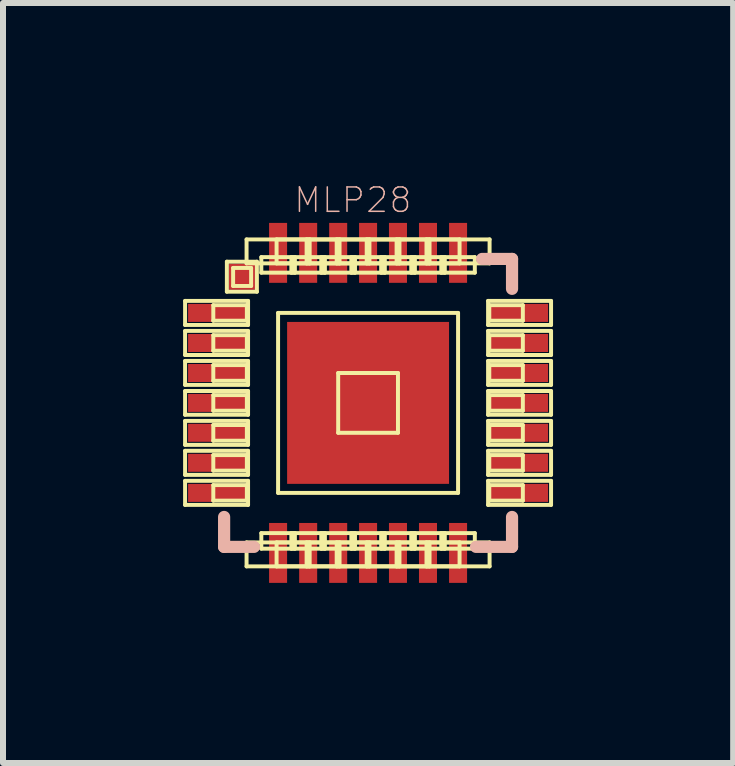
<source format=kicad_pcb>
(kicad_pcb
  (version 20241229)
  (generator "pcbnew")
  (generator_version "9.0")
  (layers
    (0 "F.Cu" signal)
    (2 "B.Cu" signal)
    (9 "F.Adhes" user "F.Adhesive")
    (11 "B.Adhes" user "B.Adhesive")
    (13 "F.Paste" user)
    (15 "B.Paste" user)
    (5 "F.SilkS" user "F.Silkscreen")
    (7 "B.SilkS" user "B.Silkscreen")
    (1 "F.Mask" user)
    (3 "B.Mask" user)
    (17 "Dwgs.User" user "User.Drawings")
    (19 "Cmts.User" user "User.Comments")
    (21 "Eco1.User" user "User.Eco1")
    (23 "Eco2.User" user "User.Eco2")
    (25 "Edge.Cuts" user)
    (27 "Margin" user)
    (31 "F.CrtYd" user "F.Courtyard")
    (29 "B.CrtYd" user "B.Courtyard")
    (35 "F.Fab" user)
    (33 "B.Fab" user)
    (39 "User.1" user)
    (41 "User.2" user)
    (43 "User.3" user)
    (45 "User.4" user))
  (footprint "MLP28"
    (layer "F.Cu")
    (at 3.081 3.661)
    (property "Reference" "MLP28" (at -0.254 -3.378 0) (layer "B.SilkS") (effects (font (size 0.406 0.406) (thickness 0.025))))
    (attr smd)
    (fp_line (start -3.048 -1.699) (end -1.999 -1.699) (stroke (width 0.066) (type solid)) (layer "F.SilkS"))
    (fp_line (start -3.048 -1.298) (end -3.048 -1.699) (stroke (width 0.066) (type solid)) (layer "F.SilkS"))
    (fp_line (start -3.048 -1.298) (end -1.999 -1.298) (stroke (width 0.066) (type solid)) (layer "F.SilkS"))
    (fp_line (start -3.048 -1.199) (end -1.999 -1.199) (stroke (width 0.066) (type solid)) (layer "F.SilkS"))
    (fp_line (start -3.048 -0.798) (end -3.048 -1.199) (stroke (width 0.066) (type solid)) (layer "F.SilkS"))
    (fp_line (start -3.048 -0.798) (end -1.999 -0.798) (stroke (width 0.066) (type solid)) (layer "F.SilkS"))
    (fp_line (start -3.048 -0.699) (end -1.999 -0.699) (stroke (width 0.066) (type solid)) (layer "F.SilkS"))
    (fp_line (start -3.048 -0.3) (end -3.048 -0.699) (stroke (width 0.066) (type solid)) (layer "F.SilkS"))
    (fp_line (start -3.048 -0.3) (end -1.999 -0.3) (stroke (width 0.066) (type solid)) (layer "F.SilkS"))
    (fp_line (start -3.048 -0.198) (end -1.999 -0.198) (stroke (width 0.066) (type solid)) (layer "F.SilkS"))
    (fp_line (start -3.048 0.198) (end -3.048 -0.198) (stroke (width 0.066) (type solid)) (layer "F.SilkS"))
    (fp_line (start -3.048 0.198) (end -1.999 0.198) (stroke (width 0.066) (type solid)) (layer "F.SilkS"))
    (fp_line (start -3.048 0.3) (end -1.999 0.3) (stroke (width 0.066) (type solid)) (layer "F.SilkS"))
    (fp_line (start -3.048 0.699) (end -3.048 0.3) (stroke (width 0.066) (type solid)) (layer "F.SilkS"))
    (fp_line (start -3.048 0.699) (end -1.999 0.699) (stroke (width 0.066) (type solid)) (layer "F.SilkS"))
    (fp_line (start -3.048 0.798) (end -1.999 0.798) (stroke (width 0.066) (type solid)) (layer "F.SilkS"))
    (fp_line (start -3.048 1.199) (end -3.048 0.798) (stroke (width 0.066) (type solid)) (layer "F.SilkS"))
    (fp_line (start -3.048 1.199) (end -1.999 1.199) (stroke (width 0.066) (type solid)) (layer "F.SilkS"))
    (fp_line (start -3.048 1.298) (end -1.999 1.298) (stroke (width 0.066) (type solid)) (layer "F.SilkS"))
    (fp_line (start -3.048 1.699) (end -3.048 1.298) (stroke (width 0.066) (type solid)) (layer "F.SilkS"))
    (fp_line (start -3.048 1.699) (end -1.999 1.699) (stroke (width 0.066) (type solid)) (layer "F.SilkS"))
    (fp_line (start -2.578 -1.628) (end -2.019 -1.628) (stroke (width 0.066) (type solid)) (layer "F.SilkS"))
    (fp_line (start -2.578 -1.369) (end -2.578 -1.628) (stroke (width 0.066) (type solid)) (layer "F.SilkS"))
    (fp_line (start -2.578 -1.369) (end -2.019 -1.369) (stroke (width 0.066) (type solid)) (layer "F.SilkS"))
    (fp_line (start -2.578 -1.128) (end -2.019 -1.128) (stroke (width 0.066) (type solid)) (layer "F.SilkS"))
    (fp_line (start -2.578 -0.869) (end -2.578 -1.128) (stroke (width 0.066) (type solid)) (layer "F.SilkS"))
    (fp_line (start -2.578 -0.869) (end -2.019 -0.869) (stroke (width 0.066) (type solid)) (layer "F.SilkS"))
    (fp_line (start -2.578 -0.63) (end -2.019 -0.63) (stroke (width 0.066) (type solid)) (layer "F.SilkS"))
    (fp_line (start -2.578 -0.368) (end -2.578 -0.63) (stroke (width 0.066) (type solid)) (layer "F.SilkS"))
    (fp_line (start -2.578 -0.368) (end -2.019 -0.368) (stroke (width 0.066) (type solid)) (layer "F.SilkS"))
    (fp_line (start -2.578 -0.13) (end -2.019 -0.13) (stroke (width 0.066) (type solid)) (layer "F.SilkS"))
    (fp_line (start -2.578 0.13) (end -2.578 -0.13) (stroke (width 0.066) (type solid)) (layer "F.SilkS"))
    (fp_line (start -2.578 0.13) (end -2.019 0.13) (stroke (width 0.066) (type solid)) (layer "F.SilkS"))
    (fp_line (start -2.578 0.368) (end -2.019 0.368) (stroke (width 0.066) (type solid)) (layer "F.SilkS"))
    (fp_line (start -2.578 0.63) (end -2.578 0.368) (stroke (width 0.066) (type solid)) (layer "F.SilkS"))
    (fp_line (start -2.578 0.63) (end -2.019 0.63) (stroke (width 0.066) (type solid)) (layer "F.SilkS"))
    (fp_line (start -2.578 0.869) (end -2.019 0.869) (stroke (width 0.066) (type solid)) (layer "F.SilkS"))
    (fp_line (start -2.578 1.128) (end -2.578 0.869) (stroke (width 0.066) (type solid)) (layer "F.SilkS"))
    (fp_line (start -2.578 1.128) (end -2.019 1.128) (stroke (width 0.066) (type solid)) (layer "F.SilkS"))
    (fp_line (start -2.578 1.369) (end -2.019 1.369) (stroke (width 0.066) (type solid)) (layer "F.SilkS"))
    (fp_line (start -2.578 1.628) (end -2.578 1.369) (stroke (width 0.066) (type solid)) (layer "F.SilkS"))
    (fp_line (start -2.578 1.628) (end -2.019 1.628) (stroke (width 0.066) (type solid)) (layer "F.SilkS"))
    (fp_line (start -2.352 -2.352) (end -1.852 -2.352) (stroke (width 0.066) (type solid)) (layer "F.SilkS"))
    (fp_line (start -2.352 -1.852) (end -2.352 -2.352) (stroke (width 0.066) (type solid)) (layer "F.SilkS"))
    (fp_line (start -2.352 -1.852) (end -1.852 -1.852) (stroke (width 0.066) (type solid)) (layer "F.SilkS"))
    (fp_line (start -2.248 -2.248) (end -1.948 -2.248) (stroke (width 0.066) (type solid)) (layer "F.SilkS"))
    (fp_line (start -2.248 -1.948) (end -2.248 -2.248) (stroke (width 0.066) (type solid)) (layer "F.SilkS"))
    (fp_line (start -2.248 -1.948) (end -1.948 -1.948) (stroke (width 0.066) (type solid)) (layer "F.SilkS"))
    (fp_line (start -2.024 -2.723) (end -0.973 -2.723) (stroke (width 0.066) (type solid)) (layer "F.SilkS"))
    (fp_line (start -2.024 -2.324) (end -2.024 -2.723) (stroke (width 0.066) (type solid)) (layer "F.SilkS"))
    (fp_line (start -2.024 -2.324) (end -0.973 -2.324) (stroke (width 0.066) (type solid)) (layer "F.SilkS"))
    (fp_line (start -2.024 2.324) (end -0.973 2.324) (stroke (width 0.066) (type solid)) (layer "F.SilkS"))
    (fp_line (start -2.024 2.723) (end -2.024 2.324) (stroke (width 0.066) (type solid)) (layer "F.SilkS"))
    (fp_line (start -2.024 2.723) (end -0.973 2.723) (stroke (width 0.066) (type solid)) (layer "F.SilkS"))
    (fp_line (start -2.019 -1.369) (end -2.019 -1.628) (stroke (width 0.066) (type solid)) (layer "F.SilkS"))
    (fp_line (start -2.019 -0.869) (end -2.019 -1.128) (stroke (width 0.066) (type solid)) (layer "F.SilkS"))
    (fp_line (start -2.019 -0.368) (end -2.019 -0.63) (stroke (width 0.066) (type solid)) (layer "F.SilkS"))
    (fp_line (start -2.019 0.13) (end -2.019 -0.13) (stroke (width 0.066) (type solid)) (layer "F.SilkS"))
    (fp_line (start -2.019 0.63) (end -2.019 0.368) (stroke (width 0.066) (type solid)) (layer "F.SilkS"))
    (fp_line (start -2.019 1.128) (end -2.019 0.869) (stroke (width 0.066) (type solid)) (layer "F.SilkS"))
    (fp_line (start -2.019 1.628) (end -2.019 1.369) (stroke (width 0.066) (type solid)) (layer "F.SilkS"))
    (fp_line (start -1.999 -1.298) (end -1.999 -1.699) (stroke (width 0.066) (type solid)) (layer "F.SilkS"))
    (fp_line (start -1.999 -0.798) (end -1.999 -1.199) (stroke (width 0.066) (type solid)) (layer "F.SilkS"))
    (fp_line (start -1.999 -0.3) (end -1.999 -0.699) (stroke (width 0.066) (type solid)) (layer "F.SilkS"))
    (fp_line (start -1.999 0.198) (end -1.999 -0.198) (stroke (width 0.066) (type solid)) (layer "F.SilkS"))
    (fp_line (start -1.999 0.699) (end -1.999 0.3) (stroke (width 0.066) (type solid)) (layer "F.SilkS"))
    (fp_line (start -1.999 1.199) (end -1.999 0.798) (stroke (width 0.066) (type solid)) (layer "F.SilkS"))
    (fp_line (start -1.999 1.699) (end -1.999 1.298) (stroke (width 0.066) (type solid)) (layer "F.SilkS"))
    (fp_line (start -1.948 -1.948) (end -1.948 -2.248) (stroke (width 0.066) (type solid)) (layer "F.SilkS"))
    (fp_line (start -1.852 -1.852) (end -1.852 -2.352) (stroke (width 0.066) (type solid)) (layer "F.SilkS"))
    (fp_line (start -1.778 -2.428) (end -1.219 -2.428) (stroke (width 0.066) (type solid)) (layer "F.SilkS"))
    (fp_line (start -1.778 -2.169) (end -1.778 -2.428) (stroke (width 0.066) (type solid)) (layer "F.SilkS"))
    (fp_line (start -1.778 -2.169) (end -1.219 -2.169) (stroke (width 0.066) (type solid)) (layer "F.SilkS"))
    (fp_line (start -1.778 2.169) (end -1.219 2.169) (stroke (width 0.066) (type solid)) (layer "F.SilkS"))
    (fp_line (start -1.778 2.428) (end -1.778 2.169) (stroke (width 0.066) (type solid)) (layer "F.SilkS"))
    (fp_line (start -1.778 2.428) (end -1.219 2.428) (stroke (width 0.066) (type solid)) (layer "F.SilkS"))
    (fp_line (start -1.524 -2.723) (end -0.475 -2.723) (stroke (width 0.066) (type solid)) (layer "F.SilkS"))
    (fp_line (start -1.524 -2.324) (end -1.524 -2.723) (stroke (width 0.066) (type solid)) (layer "F.SilkS"))
    (fp_line (start -1.524 -2.324) (end -0.475 -2.324) (stroke (width 0.066) (type solid)) (layer "F.SilkS"))
    (fp_line (start -1.524 2.324) (end -0.475 2.324) (stroke (width 0.066) (type solid)) (layer "F.SilkS"))
    (fp_line (start -1.524 2.723) (end -1.524 2.324) (stroke (width 0.066) (type solid)) (layer "F.SilkS"))
    (fp_line (start -1.524 2.723) (end -0.475 2.723) (stroke (width 0.066) (type solid)) (layer "F.SilkS"))
    (fp_line (start -1.499 -1.499) (end 1.499 -1.499) (stroke (width 0.066) (type solid)) (layer "F.SilkS"))
    (fp_line (start -1.499 1.499) (end -1.499 -1.499) (stroke (width 0.066) (type solid)) (layer "F.SilkS"))
    (fp_line (start -1.499 1.499) (end 1.499 1.499) (stroke (width 0.066) (type solid)) (layer "F.SilkS"))
    (fp_line (start -1.278 -2.428) (end -0.719 -2.428) (stroke (width 0.066) (type solid)) (layer "F.SilkS"))
    (fp_line (start -1.278 -2.169) (end -1.278 -2.428) (stroke (width 0.066) (type solid)) (layer "F.SilkS"))
    (fp_line (start -1.278 -2.169) (end -0.719 -2.169) (stroke (width 0.066) (type solid)) (layer "F.SilkS"))
    (fp_line (start -1.278 2.169) (end -0.719 2.169) (stroke (width 0.066) (type solid)) (layer "F.SilkS"))
    (fp_line (start -1.278 2.428) (end -1.278 2.169) (stroke (width 0.066) (type solid)) (layer "F.SilkS"))
    (fp_line (start -1.278 2.428) (end -0.719 2.428) (stroke (width 0.066) (type solid)) (layer "F.SilkS"))
    (fp_line (start -1.219 -2.169) (end -1.219 -2.428) (stroke (width 0.066) (type solid)) (layer "F.SilkS"))
    (fp_line (start -1.219 2.428) (end -1.219 2.169) (stroke (width 0.066) (type solid)) (layer "F.SilkS"))
    (fp_line (start -1.024 -2.723) (end 0.023 -2.723) (stroke (width 0.066) (type solid)) (layer "F.SilkS"))
    (fp_line (start -1.024 -2.324) (end -1.024 -2.723) (stroke (width 0.066) (type solid)) (layer "F.SilkS"))
    (fp_line (start -1.024 -2.324) (end 0.023 -2.324) (stroke (width 0.066) (type solid)) (layer "F.SilkS"))
    (fp_line (start -1.024 2.324) (end 0.023 2.324) (stroke (width 0.066) (type solid)) (layer "F.SilkS"))
    (fp_line (start -1.024 2.723) (end -1.024 2.324) (stroke (width 0.066) (type solid)) (layer "F.SilkS"))
    (fp_line (start -1.024 2.723) (end 0.023 2.723) (stroke (width 0.066) (type solid)) (layer "F.SilkS"))
    (fp_line (start -0.973 -2.324) (end -0.973 -2.723) (stroke (width 0.066) (type solid)) (layer "F.SilkS"))
    (fp_line (start -0.973 2.723) (end -0.973 2.324) (stroke (width 0.066) (type solid)) (layer "F.SilkS"))
    (fp_line (start -0.78 -2.428) (end -0.218 -2.428) (stroke (width 0.066) (type solid)) (layer "F.SilkS"))
    (fp_line (start -0.78 -2.169) (end -0.78 -2.428) (stroke (width 0.066) (type solid)) (layer "F.SilkS"))
    (fp_line (start -0.78 -2.169) (end -0.218 -2.169) (stroke (width 0.066) (type solid)) (layer "F.SilkS"))
    (fp_line (start -0.78 2.169) (end -0.218 2.169) (stroke (width 0.066) (type solid)) (layer "F.SilkS"))
    (fp_line (start -0.78 2.428) (end -0.78 2.169) (stroke (width 0.066) (type solid)) (layer "F.SilkS"))
    (fp_line (start -0.78 2.428) (end -0.218 2.428) (stroke (width 0.066) (type solid)) (layer "F.SilkS"))
    (fp_line (start -0.719 -2.169) (end -0.719 -2.428) (stroke (width 0.066) (type solid)) (layer "F.SilkS"))
    (fp_line (start -0.719 2.428) (end -0.719 2.169) (stroke (width 0.066) (type solid)) (layer "F.SilkS"))
    (fp_line (start -0.523 -2.723) (end 0.523 -2.723) (stroke (width 0.066) (type solid)) (layer "F.SilkS"))
    (fp_line (start -0.523 -2.324) (end -0.523 -2.723) (stroke (width 0.066) (type solid)) (layer "F.SilkS"))
    (fp_line (start -0.523 -2.324) (end 0.523 -2.324) (stroke (width 0.066) (type solid)) (layer "F.SilkS"))
    (fp_line (start -0.523 2.324) (end 0.523 2.324) (stroke (width 0.066) (type solid)) (layer "F.SilkS"))
    (fp_line (start -0.523 2.723) (end -0.523 2.324) (stroke (width 0.066) (type solid)) (layer "F.SilkS"))
    (fp_line (start -0.523 2.723) (end 0.523 2.723) (stroke (width 0.066) (type solid)) (layer "F.SilkS"))
    (fp_line (start -0.498 -0.498) (end 0.498 -0.498) (stroke (width 0.066) (type solid)) (layer "F.SilkS"))
    (fp_line (start -0.498 0.498) (end -0.498 -0.498) (stroke (width 0.066) (type solid)) (layer "F.SilkS"))
    (fp_line (start -0.498 0.498) (end 0.498 0.498) (stroke (width 0.066) (type solid)) (layer "F.SilkS"))
    (fp_line (start -0.475 -2.324) (end -0.475 -2.723) (stroke (width 0.066) (type solid)) (layer "F.SilkS"))
    (fp_line (start -0.475 2.723) (end -0.475 2.324) (stroke (width 0.066) (type solid)) (layer "F.SilkS"))
    (fp_line (start -0.279 -2.428) (end 0.279 -2.428) (stroke (width 0.066) (type solid)) (layer "F.SilkS"))
    (fp_line (start -0.279 -2.169) (end -0.279 -2.428) (stroke (width 0.066) (type solid)) (layer "F.SilkS"))
    (fp_line (start -0.279 -2.169) (end 0.279 -2.169) (stroke (width 0.066) (type solid)) (layer "F.SilkS"))
    (fp_line (start -0.279 2.169) (end 0.279 2.169) (stroke (width 0.066) (type solid)) (layer "F.SilkS"))
    (fp_line (start -0.279 2.428) (end -0.279 2.169) (stroke (width 0.066) (type solid)) (layer "F.SilkS"))
    (fp_line (start -0.279 2.428) (end 0.279 2.428) (stroke (width 0.066) (type solid)) (layer "F.SilkS"))
    (fp_line (start -0.218 -2.169) (end -0.218 -2.428) (stroke (width 0.066) (type solid)) (layer "F.SilkS"))
    (fp_line (start -0.218 2.428) (end -0.218 2.169) (stroke (width 0.066) (type solid)) (layer "F.SilkS"))
    (fp_line (start -0.023 -2.723) (end 1.024 -2.723) (stroke (width 0.066) (type solid)) (layer "F.SilkS"))
    (fp_line (start -0.023 -2.324) (end -0.023 -2.723) (stroke (width 0.066) (type solid)) (layer "F.SilkS"))
    (fp_line (start -0.023 -2.324) (end 1.024 -2.324) (stroke (width 0.066) (type solid)) (layer "F.SilkS"))
    (fp_line (start -0.023 2.324) (end 1.024 2.324) (stroke (width 0.066) (type solid)) (layer "F.SilkS"))
    (fp_line (start -0.023 2.723) (end -0.023 2.324) (stroke (width 0.066) (type solid)) (layer "F.SilkS"))
    (fp_line (start -0.023 2.723) (end 1.024 2.723) (stroke (width 0.066) (type solid)) (layer "F.SilkS"))
    (fp_line (start 0.023 -2.324) (end 0.023 -2.723) (stroke (width 0.066) (type solid)) (layer "F.SilkS"))
    (fp_line (start 0.023 2.723) (end 0.023 2.324) (stroke (width 0.066) (type solid)) (layer "F.SilkS"))
    (fp_line (start 0.218 -2.428) (end 0.78 -2.428) (stroke (width 0.066) (type solid)) (layer "F.SilkS"))
    (fp_line (start 0.218 -2.169) (end 0.218 -2.428) (stroke (width 0.066) (type solid)) (layer "F.SilkS"))
    (fp_line (start 0.218 -2.169) (end 0.78 -2.169) (stroke (width 0.066) (type solid)) (layer "F.SilkS"))
    (fp_line (start 0.218 2.169) (end 0.78 2.169) (stroke (width 0.066) (type solid)) (layer "F.SilkS"))
    (fp_line (start 0.218 2.428) (end 0.218 2.169) (stroke (width 0.066) (type solid)) (layer "F.SilkS"))
    (fp_line (start 0.218 2.428) (end 0.78 2.428) (stroke (width 0.066) (type solid)) (layer "F.SilkS"))
    (fp_line (start 0.279 -2.169) (end 0.279 -2.428) (stroke (width 0.066) (type solid)) (layer "F.SilkS"))
    (fp_line (start 0.279 2.428) (end 0.279 2.169) (stroke (width 0.066) (type solid)) (layer "F.SilkS"))
    (fp_line (start 0.475 -2.723) (end 1.524 -2.723) (stroke (width 0.066) (type solid)) (layer "F.SilkS"))
    (fp_line (start 0.475 -2.324) (end 0.475 -2.723) (stroke (width 0.066) (type solid)) (layer "F.SilkS"))
    (fp_line (start 0.475 -2.324) (end 1.524 -2.324) (stroke (width 0.066) (type solid)) (layer "F.SilkS"))
    (fp_line (start 0.475 2.324) (end 1.524 2.324) (stroke (width 0.066) (type solid)) (layer "F.SilkS"))
    (fp_line (start 0.475 2.723) (end 0.475 2.324) (stroke (width 0.066) (type solid)) (layer "F.SilkS"))
    (fp_line (start 0.475 2.723) (end 1.524 2.723) (stroke (width 0.066) (type solid)) (layer "F.SilkS"))
    (fp_line (start 0.498 0.498) (end 0.498 -0.498) (stroke (width 0.066) (type solid)) (layer "F.SilkS"))
    (fp_line (start 0.523 -2.324) (end 0.523 -2.723) (stroke (width 0.066) (type solid)) (layer "F.SilkS"))
    (fp_line (start 0.523 2.723) (end 0.523 2.324) (stroke (width 0.066) (type solid)) (layer "F.SilkS"))
    (fp_line (start 0.719 -2.428) (end 1.278 -2.428) (stroke (width 0.066) (type solid)) (layer "F.SilkS"))
    (fp_line (start 0.719 -2.169) (end 0.719 -2.428) (stroke (width 0.066) (type solid)) (layer "F.SilkS"))
    (fp_line (start 0.719 -2.169) (end 1.278 -2.169) (stroke (width 0.066) (type solid)) (layer "F.SilkS"))
    (fp_line (start 0.719 2.169) (end 1.278 2.169) (stroke (width 0.066) (type solid)) (layer "F.SilkS"))
    (fp_line (start 0.719 2.428) (end 0.719 2.169) (stroke (width 0.066) (type solid)) (layer "F.SilkS"))
    (fp_line (start 0.719 2.428) (end 1.278 2.428) (stroke (width 0.066) (type solid)) (layer "F.SilkS"))
    (fp_line (start 0.78 -2.169) (end 0.78 -2.428) (stroke (width 0.066) (type solid)) (layer "F.SilkS"))
    (fp_line (start 0.78 2.428) (end 0.78 2.169) (stroke (width 0.066) (type solid)) (layer "F.SilkS"))
    (fp_line (start 0.973 -2.723) (end 2.024 -2.723) (stroke (width 0.066) (type solid)) (layer "F.SilkS"))
    (fp_line (start 0.973 -2.324) (end 0.973 -2.723) (stroke (width 0.066) (type solid)) (layer "F.SilkS"))
    (fp_line (start 0.973 -2.324) (end 2.024 -2.324) (stroke (width 0.066) (type solid)) (layer "F.SilkS"))
    (fp_line (start 0.973 2.324) (end 2.024 2.324) (stroke (width 0.066) (type solid)) (layer "F.SilkS"))
    (fp_line (start 0.973 2.723) (end 0.973 2.324) (stroke (width 0.066) (type solid)) (layer "F.SilkS"))
    (fp_line (start 0.973 2.723) (end 2.024 2.723) (stroke (width 0.066) (type solid)) (layer "F.SilkS"))
    (fp_line (start 1.024 -2.324) (end 1.024 -2.723) (stroke (width 0.066) (type solid)) (layer "F.SilkS"))
    (fp_line (start 1.024 2.723) (end 1.024 2.324) (stroke (width 0.066) (type solid)) (layer "F.SilkS"))
    (fp_line (start 1.219 -2.428) (end 1.778 -2.428) (stroke (width 0.066) (type solid)) (layer "F.SilkS"))
    (fp_line (start 1.219 -2.169) (end 1.219 -2.428) (stroke (width 0.066) (type solid)) (layer "F.SilkS"))
    (fp_line (start 1.219 -2.169) (end 1.778 -2.169) (stroke (width 0.066) (type solid)) (layer "F.SilkS"))
    (fp_line (start 1.219 2.169) (end 1.778 2.169) (stroke (width 0.066) (type solid)) (layer "F.SilkS"))
    (fp_line (start 1.219 2.428) (end 1.219 2.169) (stroke (width 0.066) (type solid)) (layer "F.SilkS"))
    (fp_line (start 1.219 2.428) (end 1.778 2.428) (stroke (width 0.066) (type solid)) (layer "F.SilkS"))
    (fp_line (start 1.278 -2.169) (end 1.278 -2.428) (stroke (width 0.066) (type solid)) (layer "F.SilkS"))
    (fp_line (start 1.278 2.428) (end 1.278 2.169) (stroke (width 0.066) (type solid)) (layer "F.SilkS"))
    (fp_line (start 1.499 1.499) (end 1.499 -1.499) (stroke (width 0.066) (type solid)) (layer "F.SilkS"))
    (fp_line (start 1.524 -2.324) (end 1.524 -2.723) (stroke (width 0.066) (type solid)) (layer "F.SilkS"))
    (fp_line (start 1.524 2.723) (end 1.524 2.324) (stroke (width 0.066) (type solid)) (layer "F.SilkS"))
    (fp_line (start 1.778 -2.169) (end 1.778 -2.428) (stroke (width 0.066) (type solid)) (layer "F.SilkS"))
    (fp_line (start 1.778 2.428) (end 1.778 2.169) (stroke (width 0.066) (type solid)) (layer "F.SilkS"))
    (fp_line (start 1.999 -1.699) (end 3.048 -1.699) (stroke (width 0.066) (type solid)) (layer "F.SilkS"))
    (fp_line (start 1.999 -1.298) (end 1.999 -1.699) (stroke (width 0.066) (type solid)) (layer "F.SilkS"))
    (fp_line (start 1.999 -1.298) (end 3.048 -1.298) (stroke (width 0.066) (type solid)) (layer "F.SilkS"))
    (fp_line (start 1.999 -1.199) (end 3.048 -1.199) (stroke (width 0.066) (type solid)) (layer "F.SilkS"))
    (fp_line (start 1.999 -0.798) (end 1.999 -1.199) (stroke (width 0.066) (type solid)) (layer "F.SilkS"))
    (fp_line (start 1.999 -0.798) (end 3.048 -0.798) (stroke (width 0.066) (type solid)) (layer "F.SilkS"))
    (fp_line (start 1.999 -0.699) (end 3.048 -0.699) (stroke (width 0.066) (type solid)) (layer "F.SilkS"))
    (fp_line (start 1.999 -0.3) (end 1.999 -0.699) (stroke (width 0.066) (type solid)) (layer "F.SilkS"))
    (fp_line (start 1.999 -0.3) (end 3.048 -0.3) (stroke (width 0.066) (type solid)) (layer "F.SilkS"))
    (fp_line (start 1.999 -0.198) (end 3.048 -0.198) (stroke (width 0.066) (type solid)) (layer "F.SilkS"))
    (fp_line (start 1.999 0.198) (end 1.999 -0.198) (stroke (width 0.066) (type solid)) (layer "F.SilkS"))
    (fp_line (start 1.999 0.198) (end 3.048 0.198) (stroke (width 0.066) (type solid)) (layer "F.SilkS"))
    (fp_line (start 1.999 0.3) (end 3.048 0.3) (stroke (width 0.066) (type solid)) (layer "F.SilkS"))
    (fp_line (start 1.999 0.699) (end 1.999 0.3) (stroke (width 0.066) (type solid)) (layer "F.SilkS"))
    (fp_line (start 1.999 0.699) (end 3.048 0.699) (stroke (width 0.066) (type solid)) (layer "F.SilkS"))
    (fp_line (start 1.999 0.798) (end 3.048 0.798) (stroke (width 0.066) (type solid)) (layer "F.SilkS"))
    (fp_line (start 1.999 1.199) (end 1.999 0.798) (stroke (width 0.066) (type solid)) (layer "F.SilkS"))
    (fp_line (start 1.999 1.199) (end 3.048 1.199) (stroke (width 0.066) (type solid)) (layer "F.SilkS"))
    (fp_line (start 1.999 1.298) (end 3.048 1.298) (stroke (width 0.066) (type solid)) (layer "F.SilkS"))
    (fp_line (start 1.999 1.699) (end 1.999 1.298) (stroke (width 0.066) (type solid)) (layer "F.SilkS"))
    (fp_line (start 1.999 1.699) (end 3.048 1.699) (stroke (width 0.066) (type solid)) (layer "F.SilkS"))
    (fp_line (start 2.019 -1.628) (end 2.578 -1.628) (stroke (width 0.066) (type solid)) (layer "F.SilkS"))
    (fp_line (start 2.019 -1.369) (end 2.019 -1.628) (stroke (width 0.066) (type solid)) (layer "F.SilkS"))
    (fp_line (start 2.019 -1.369) (end 2.578 -1.369) (stroke (width 0.066) (type solid)) (layer "F.SilkS"))
    (fp_line (start 2.019 -1.128) (end 2.578 -1.128) (stroke (width 0.066) (type solid)) (layer "F.SilkS"))
    (fp_line (start 2.019 -0.869) (end 2.019 -1.128) (stroke (width 0.066) (type solid)) (layer "F.SilkS"))
    (fp_line (start 2.019 -0.869) (end 2.578 -0.869) (stroke (width 0.066) (type solid)) (layer "F.SilkS"))
    (fp_line (start 2.019 -0.63) (end 2.578 -0.63) (stroke (width 0.066) (type solid)) (layer "F.SilkS"))
    (fp_line (start 2.019 -0.368) (end 2.019 -0.63) (stroke (width 0.066) (type solid)) (layer "F.SilkS"))
    (fp_line (start 2.019 -0.368) (end 2.578 -0.368) (stroke (width 0.066) (type solid)) (layer "F.SilkS"))
    (fp_line (start 2.019 -0.13) (end 2.578 -0.13) (stroke (width 0.066) (type solid)) (layer "F.SilkS"))
    (fp_line (start 2.019 0.13) (end 2.019 -0.13) (stroke (width 0.066) (type solid)) (layer "F.SilkS"))
    (fp_line (start 2.019 0.13) (end 2.578 0.13) (stroke (width 0.066) (type solid)) (layer "F.SilkS"))
    (fp_line (start 2.019 0.368) (end 2.578 0.368) (stroke (width 0.066) (type solid)) (layer "F.SilkS"))
    (fp_line (start 2.019 0.63) (end 2.019 0.368) (stroke (width 0.066) (type solid)) (layer "F.SilkS"))
    (fp_line (start 2.019 0.63) (end 2.578 0.63) (stroke (width 0.066) (type solid)) (layer "F.SilkS"))
    (fp_line (start 2.019 0.869) (end 2.578 0.869) (stroke (width 0.066) (type solid)) (layer "F.SilkS"))
    (fp_line (start 2.019 1.128) (end 2.019 0.869) (stroke (width 0.066) (type solid)) (layer "F.SilkS"))
    (fp_line (start 2.019 1.128) (end 2.578 1.128) (stroke (width 0.066) (type solid)) (layer "F.SilkS"))
    (fp_line (start 2.019 1.369) (end 2.578 1.369) (stroke (width 0.066) (type solid)) (layer "F.SilkS"))
    (fp_line (start 2.019 1.628) (end 2.019 1.369) (stroke (width 0.066) (type solid)) (layer "F.SilkS"))
    (fp_line (start 2.019 1.628) (end 2.578 1.628) (stroke (width 0.066) (type solid)) (layer "F.SilkS"))
    (fp_line (start 2.024 -2.324) (end 2.024 -2.723) (stroke (width 0.066) (type solid)) (layer "F.SilkS"))
    (fp_line (start 2.024 2.723) (end 2.024 2.324) (stroke (width 0.066) (type solid)) (layer "F.SilkS"))
    (fp_line (start 2.578 -1.369) (end 2.578 -1.628) (stroke (width 0.066) (type solid)) (layer "F.SilkS"))
    (fp_line (start 2.578 -0.869) (end 2.578 -1.128) (stroke (width 0.066) (type solid)) (layer "F.SilkS"))
    (fp_line (start 2.578 -0.368) (end 2.578 -0.63) (stroke (width 0.066) (type solid)) (layer "F.SilkS"))
    (fp_line (start 2.578 0.13) (end 2.578 -0.13) (stroke (width 0.066) (type solid)) (layer "F.SilkS"))
    (fp_line (start 2.578 0.63) (end 2.578 0.368) (stroke (width 0.066) (type solid)) (layer "F.SilkS"))
    (fp_line (start 2.578 1.128) (end 2.578 0.869) (stroke (width 0.066) (type solid)) (layer "F.SilkS"))
    (fp_line (start 2.578 1.628) (end 2.578 1.369) (stroke (width 0.066) (type solid)) (layer "F.SilkS"))
    (fp_line (start 3.048 -1.298) (end 3.048 -1.699) (stroke (width 0.066) (type solid)) (layer "F.SilkS"))
    (fp_line (start 3.048 -0.798) (end 3.048 -1.199) (stroke (width 0.066) (type solid)) (layer "F.SilkS"))
    (fp_line (start 3.048 -0.3) (end 3.048 -0.699) (stroke (width 0.066) (type solid)) (layer "F.SilkS"))
    (fp_line (start 3.048 0.198) (end 3.048 -0.198) (stroke (width 0.066) (type solid)) (layer "F.SilkS"))
    (fp_line (start 3.048 0.699) (end 3.048 0.3) (stroke (width 0.066) (type solid)) (layer "F.SilkS"))
    (fp_line (start 3.048 1.199) (end 3.048 0.798) (stroke (width 0.066) (type solid)) (layer "F.SilkS"))
    (fp_line (start 3.048 1.699) (end 3.048 1.298) (stroke (width 0.066) (type solid)) (layer "F.SilkS"))
    (fp_line (start -2.398 2.398) (end -2.398 1.9) (stroke (width 0.203) (type solid)) (layer "B.SilkS"))
    (fp_line (start -1.9 2.398) (end -2.398 2.398) (stroke (width 0.203) (type solid)) (layer "B.SilkS"))
    (fp_line (start 1.798 2.398) (end 2.398 2.398) (stroke (width 0.203) (type solid)) (layer "B.SilkS"))
    (fp_line (start 1.9 -2.398) (end 2.398 -2.398) (stroke (width 0.203) (type solid)) (layer "B.SilkS"))
    (fp_line (start 2.398 -2.398) (end 2.398 -1.9) (stroke (width 0.203) (type solid)) (layer "B.SilkS"))
    (fp_line (start 2.398 2.398) (end 2.398 1.9) (stroke (width 0.203) (type solid)) (layer "B.SilkS"))
    (pad "1" smd rect (at -2.499 -1.499) (size 0.998 0.3) (layers "F.Cu" "F.Mask" "F.Paste"))
    (pad "2" smd rect (at -2.499 -0.998) (size 0.998 0.3) (layers "F.Cu" "F.Mask" "F.Paste"))
    (pad "3" smd rect (at -2.499 -0.498) (size 0.998 0.3) (layers "F.Cu" "F.Mask" "F.Paste"))
    (pad "4" smd rect (at -2.499 0) (size 0.998 0.3) (layers "F.Cu" "F.Mask" "F.Paste"))
    (pad "5" smd rect (at -2.499 0.498) (size 0.998 0.3) (layers "F.Cu" "F.Mask" "F.Paste"))
    (pad "6" smd rect (at -2.499 0.998) (size 0.998 0.3) (layers "F.Cu" "F.Mask" "F.Paste"))
    (pad "7" smd rect (at -2.499 1.499) (size 0.998 0.3) (layers "F.Cu" "F.Mask" "F.Paste"))
    (pad "8" smd rect (at -1.499 2.499 90) (size 0.998 0.3) (layers "F.Cu" "F.Mask" "F.Paste"))
    (pad "9" smd rect (at -0.998 2.499 90) (size 0.998 0.3) (layers "F.Cu" "F.Mask" "F.Paste"))
    (pad "10" smd rect (at -0.498 2.499 90) (size 0.998 0.3) (layers "F.Cu" "F.Mask" "F.Paste"))
    (pad "11" smd rect (at 0 2.499 90) (size 0.998 0.3) (layers "F.Cu" "F.Mask" "F.Paste"))
    (pad "12" smd rect (at 0.498 2.499 90) (size 0.998 0.3) (layers "F.Cu" "F.Mask" "F.Paste"))
    (pad "13" smd rect (at 0.998 2.499 90) (size 0.998 0.3) (layers "F.Cu" "F.Mask" "F.Paste"))
    (pad "14" smd rect (at 1.499 2.499 90) (size 0.998 0.3) (layers "F.Cu" "F.Mask" "F.Paste"))
    (pad "15" smd rect (at 2.499 1.499 180) (size 0.998 0.3) (layers "F.Cu" "F.Mask" "F.Paste"))
    (pad "16" smd rect (at 2.499 0.998 180) (size 0.998 0.3) (layers "F.Cu" "F.Mask" "F.Paste"))
    (pad "17" smd rect (at 2.499 0.498 180) (size 0.998 0.3) (layers "F.Cu" "F.Mask" "F.Paste"))
    (pad "18" smd rect (at 2.499 0 180) (size 0.998 0.3) (layers "F.Cu" "F.Mask" "F.Paste"))
    (pad "19" smd rect (at 2.499 -0.498 180) (size 0.998 0.3) (layers "F.Cu" "F.Mask" "F.Paste"))
    (pad "20" smd rect (at 2.499 -0.998 180) (size 0.998 0.3) (layers "F.Cu" "F.Mask" "F.Paste"))
    (pad "21" smd rect (at 2.499 -1.499 180) (size 0.998 0.3) (layers "F.Cu" "F.Mask" "F.Paste"))
    (pad "22" smd rect (at 1.499 -2.499 270) (size 0.998 0.3) (layers "F.Cu" "F.Mask" "F.Paste"))
    (pad "23" smd rect (at 0.998 -2.499 270) (size 0.998 0.3) (layers "F.Cu" "F.Mask" "F.Paste"))
    (pad "24" smd rect (at 0.498 -2.499 270) (size 0.998 0.3) (layers "F.Cu" "F.Mask" "F.Paste"))
    (pad "25" smd rect (at 0 -2.499 270) (size 0.998 0.3) (layers "F.Cu" "F.Mask" "F.Paste"))
    (pad "26" smd rect (at -0.498 -2.499 270) (size 0.998 0.3) (layers "F.Cu" "F.Mask" "F.Paste"))
    (pad "27" smd rect (at -0.998 -2.499 270) (size 0.998 0.3) (layers "F.Cu" "F.Mask" "F.Paste"))
    (pad "28" smd rect (at -1.499 -2.499 270) (size 0.998 0.3) (layers "F.Cu" "F.Mask" "F.Paste"))
    (pad "EXP" smd rect (at 0 0) (size 2.697 2.697) (layers "F.Cu" "F.Mask" "F.Paste"))
    (pad "M" smd rect (at -2.101 -2.101) (size 0.434 0.434) (layers "F.Cu" "F.Mask" "F.Paste")))
  (gr_rect
    (start -3 -3)
    (end 9.162 9.659)
    (stroke (width 0.1) (type default))
    (fill no)
    (layer "Edge.Cuts")))
</source>
